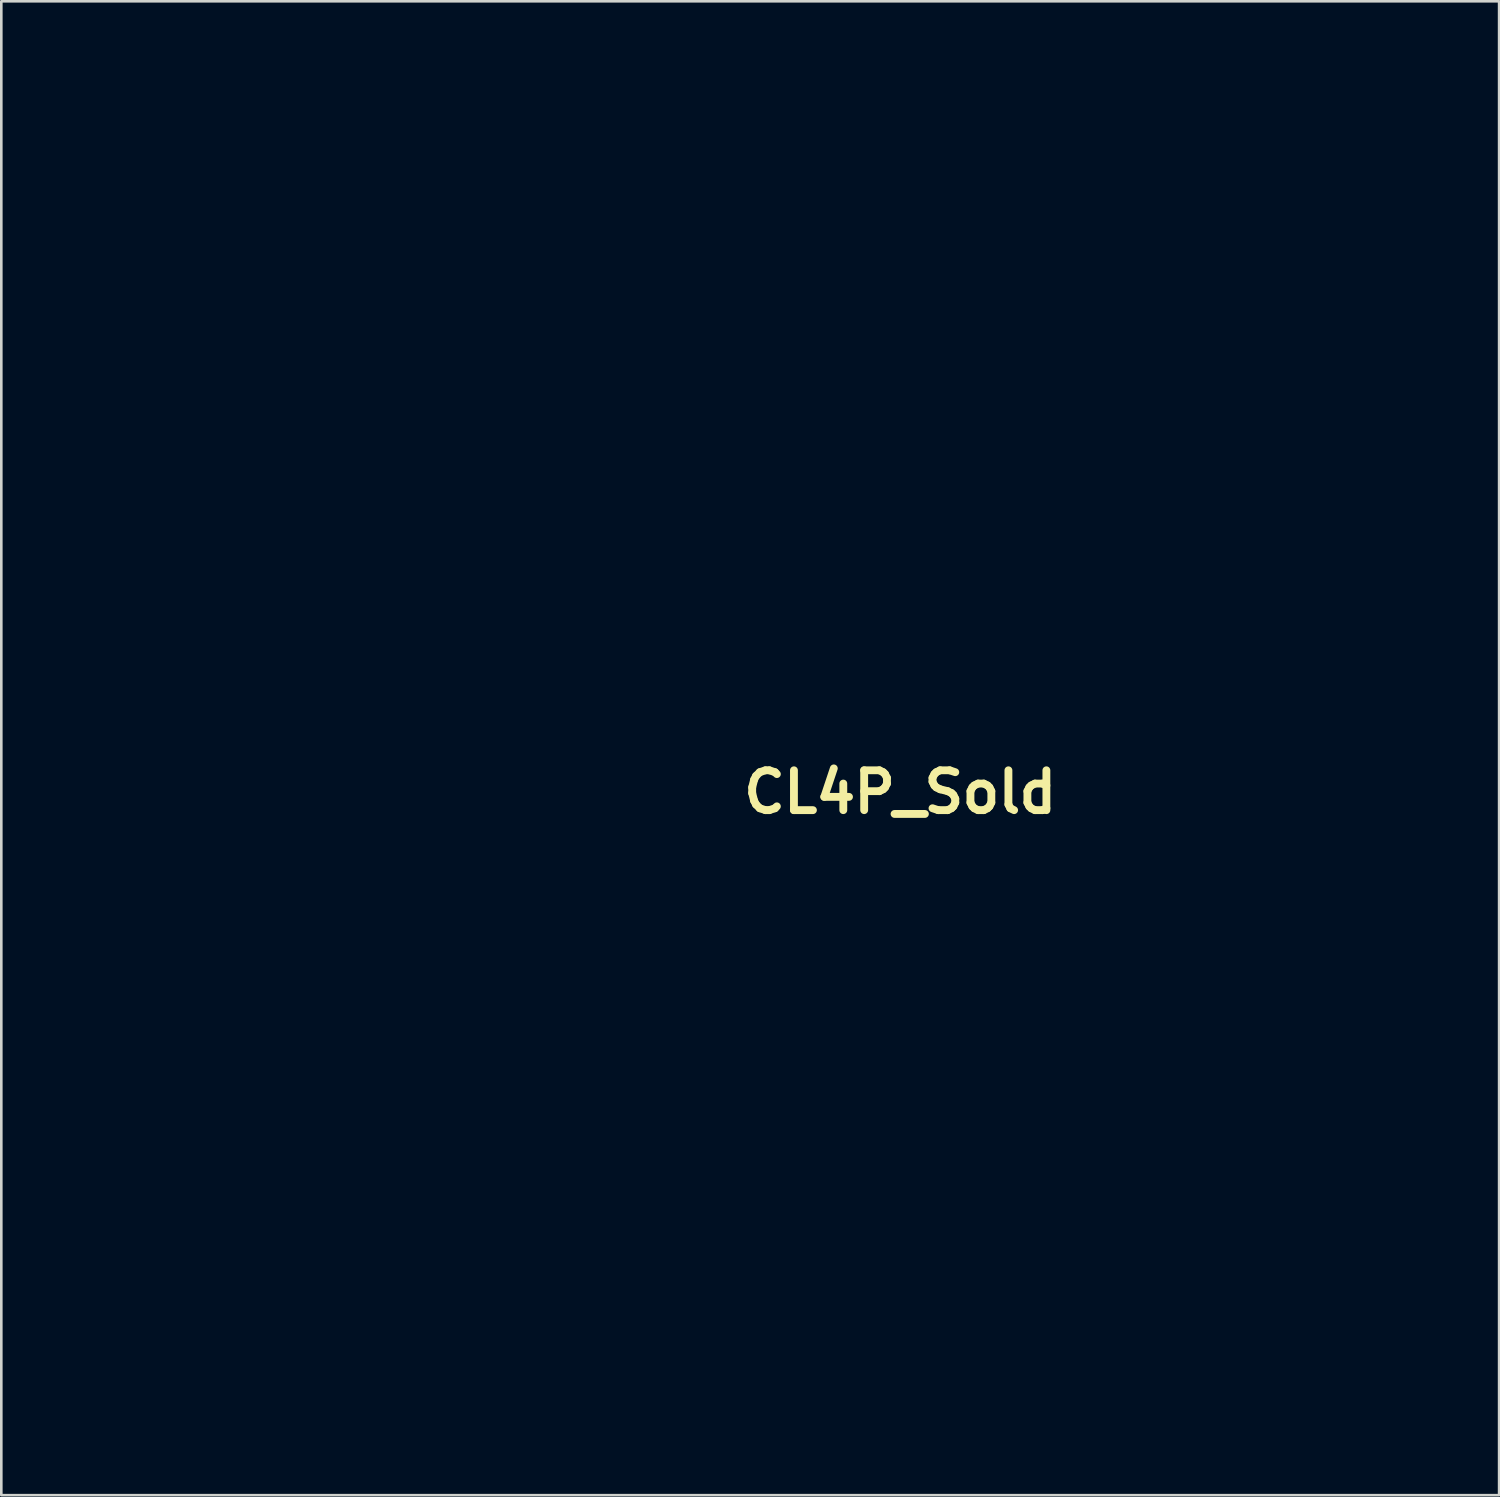
<source format=kicad_pcb>
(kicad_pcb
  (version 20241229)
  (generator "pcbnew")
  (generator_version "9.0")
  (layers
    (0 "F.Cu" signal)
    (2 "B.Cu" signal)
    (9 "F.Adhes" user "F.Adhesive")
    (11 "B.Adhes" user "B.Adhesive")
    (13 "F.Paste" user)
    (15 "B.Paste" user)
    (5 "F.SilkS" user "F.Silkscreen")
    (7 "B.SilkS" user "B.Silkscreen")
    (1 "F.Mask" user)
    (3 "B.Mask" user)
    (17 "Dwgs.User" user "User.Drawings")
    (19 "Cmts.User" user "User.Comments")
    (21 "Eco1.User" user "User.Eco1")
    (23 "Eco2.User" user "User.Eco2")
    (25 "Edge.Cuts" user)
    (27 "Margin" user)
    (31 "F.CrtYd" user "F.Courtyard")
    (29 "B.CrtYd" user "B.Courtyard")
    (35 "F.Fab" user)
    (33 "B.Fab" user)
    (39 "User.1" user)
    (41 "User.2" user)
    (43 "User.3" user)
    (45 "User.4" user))
  (footprint "CL4P_Sold"
    (layer "F.Cu")
    (at 31.371 27.237)
    (property "Reference" "CL4P_Sold" (at 0 0 0) (layer "F.SilkS") (effects (font (size 1.524 1.524) (thickness 0.3))))
    (attr through_hole)
    (fp_poly (pts (xy -13.464 14.722) (xy -13.496 14.803) (xy -13.621 14.874) (xy -13.836 14.992) (xy -13.943 15.085) (xy -14.005 15.097) (xy -14.019 15.008) (xy -13.936 14.836) (xy -13.792 14.741) (xy -13.575 14.692) (xy -13.464 14.722)) (stroke (width 0.01) (type solid)) (fill yes) (layer "F.Mask"))
    (fp_poly (pts (xy -10.92 15.108) (xy -11.008 15.476) (xy -11.126 15.694) (xy -11.253 15.749) (xy -11.367 15.628) (xy -11.435 15.403) (xy -11.476 15.024) (xy -11.418 14.795) (xy -11.245 14.681) (xy -11.138 14.659) (xy -10.847 14.62) (xy -10.92 15.108)) (stroke (width 0.01) (type solid)) (fill yes) (layer "F.Mask"))
    (fp_poly (pts (xy -7.125 23.074) (xy -6.965 23.126) (xy -6.888 23.247) (xy -6.865 23.327) (xy -6.858 23.615) (xy -7.016 23.794) (xy -7.346 23.872) (xy -7.48 23.876) (xy -7.925 23.876) (xy -7.925 23.063) (xy -7.428 23.063) (xy -7.125 23.074)) (stroke (width 0.01) (type solid)) (fill yes) (layer "F.Mask"))
    (fp_poly (pts (xy -9.955 14.548) (xy -9.413 14.58) (xy -9.988 14.961) (xy -10.284 15.152) (xy -10.51 15.289) (xy -10.615 15.342) (xy -10.616 15.342) (xy -10.653 15.254) (xy -10.666 15.062) (xy -10.635 14.771) (xy -10.517 14.608) (xy -10.274 14.545) (xy -9.955 14.548)) (stroke (width 0.01) (type solid)) (fill yes) (layer "F.Mask"))
    (fp_poly (pts (xy -12.361 14.619) (xy -12.243 14.633) (xy -12.058 14.652) (xy -11.964 14.651) (xy -11.801 14.734) (xy -11.708 14.981) (xy -11.696 15.36) (xy -11.702 15.434) (xy -11.735 15.758) (xy -12.29 15.194) (xy -12.563 14.912) (xy -12.706 14.743) (xy -12.735 14.657) (xy -12.665 14.624) (xy -12.595 14.618) (xy -12.361 14.619)) (stroke (width 0.01) (type solid)) (fill yes) (layer "F.Mask"))
    (fp_poly (pts (xy -12.956 15.042) (xy -12.613 15.292) (xy -12.332 15.549) (xy -12.055 15.832) (xy -11.87 16.055) (xy -11.803 16.186) (xy -11.815 16.207) (xy -12.083 16.29) (xy -12.445 16.39) (xy -12.842 16.492) (xy -13.215 16.581) (xy -13.504 16.643) (xy -13.641 16.662) (xy -13.819 16.601) (xy -13.869 16.535) (xy -13.9 16.365) (xy -13.93 16.074) (xy -13.942 15.9) (xy -13.942 15.566) (xy -13.881 15.35) (xy -13.734 15.171) (xy -13.727 15.164) (xy -13.48 14.987) (xy -13.234 14.943) (xy -12.956 15.042)) (stroke (width 0.01) (type solid)) (fill yes) (layer "F.Mask"))
    (fp_poly (pts (xy -11.425 17.028) (xy -11.513 17.552) (xy -11.644 17.897) (xy -11.847 18.087) (xy -12.15 18.145) (xy -12.582 18.096) (xy -12.688 18.075) (xy -12.95 17.988) (xy -13.123 17.875) (xy -13.129 17.866) (xy -13.194 17.797) (xy -13.17 17.907) (xy -13.17 17.907) (xy -13.166 18.054) (xy -13.211 18.085) (xy -13.349 18.017) (xy -13.533 17.86) (xy -13.684 17.689) (xy -13.729 17.602) (xy -13.765 17.352) (xy -13.749 17.184) (xy -13.646 17.065) (xy -13.423 16.962) (xy -13.047 16.84) (xy -12.938 16.807) (xy -12.5 16.679) (xy -12.088 16.57) (xy -11.778 16.498) (xy -11.719 16.488) (xy -11.352 16.428) (xy -11.425 17.028)) (stroke (width 0.01) (type solid)) (fill yes) (layer "F.Mask"))
    (fp_poly (pts (xy -10.927 16.798) (xy -10.71 16.964) (xy -10.428 17.193) (xy -10.12 17.454) (xy -9.823 17.713) (xy -9.577 17.938) (xy -9.418 18.095) (xy -9.381 18.152) (xy -9.5 18.178) (xy -9.764 18.2) (xy -10.114 18.216) (xy -10.49 18.224) (xy -10.834 18.222) (xy -11.088 18.209) (xy -11.104 18.207) (xy -11.302 18.157) (xy -11.341 18.043) (xy -11.319 17.954) (xy -11.266 17.725) (xy -11.21 17.394) (xy -11.188 17.225) (xy -11.151 17.018) (xy -11.074 17.018) (xy -11.024 17.069) (xy -10.973 17.018) (xy -11.024 16.967) (xy -11.074 17.018) (xy -11.151 17.018) (xy -11.137 16.938) (xy -11.077 16.76) (xy -11.041 16.729) (xy -10.927 16.798)) (stroke (width 0.01) (type solid)) (fill yes) (layer "F.Mask"))
    (fp_poly (pts (xy -10.222 16.598) (xy -10.031 16.653) (xy -9.763 16.733) (xy -9.435 16.802) (xy -9.402 16.807) (xy -9.004 16.883) (xy -8.509 16.996) (xy -7.95 17.137) (xy -7.359 17.296) (xy -6.769 17.464) (xy -6.213 17.631) (xy -5.723 17.788) (xy -5.332 17.925) (xy -5.073 18.032) (xy -4.978 18.1) (xy -4.978 18.101) (xy -5.07 18.145) (xy -5.302 18.175) (xy -5.461 18.182) (xy -5.771 18.187) (xy -6.214 18.197) (xy -6.721 18.209) (xy -7.04 18.217) (xy -7.487 18.227) (xy -7.85 18.232) (xy -8.087 18.231) (xy -8.158 18.226) (xy -8.261 18.198) (xy -8.487 18.157) (xy -8.521 18.152) (xy -8.754 18.07) (xy -9.052 17.905) (xy -9.371 17.692) (xy -9.663 17.463) (xy -9.881 17.255) (xy -9.979 17.101) (xy -9.98 17.075) (xy -10.01 16.998) (xy -10.049 17.012) (xy -10.18 16.99) (xy -10.382 16.861) (xy -10.432 16.819) (xy -10.547 16.713) (xy -10.363 16.713) (xy -10.312 16.764) (xy -10.262 16.713) (xy -10.312 16.662) (xy -10.363 16.713) (xy -10.547 16.713) (xy -10.61 16.655) (xy -10.642 16.584) (xy -10.539 16.565) (xy -10.497 16.564) (xy -10.222 16.598)) (stroke (width 0.01) (type solid)) (fill yes) (layer "F.Mask"))
    (fp_poly (pts (xy 2.438 -26.845) (xy 2.412 -26.522) (xy 2.343 -26.119) (xy 2.289 -25.886) (xy 2.196 -25.502) (xy 2.12 -25.141) (xy 2.092 -24.976) (xy 2.016 -24.454) (xy 1.96 -24.102) (xy 1.917 -23.888) (xy 1.882 -23.78) (xy 1.876 -23.769) (xy 1.84 -23.632) (xy 1.799 -23.358) (xy 1.769 -23.097) (xy 1.714 -22.653) (xy 1.622 -22.06) (xy 1.504 -21.368) (xy 1.368 -20.627) (xy 1.225 -19.887) (xy 1.083 -19.197) (xy 0.951 -18.608) (xy 0.846 -18.186) (xy 0.761 -17.846) (xy 0.706 -17.566) (xy 0.695 -17.45) (xy 0.631 -17.3) (xy 0.556 -17.272) (xy 0.453 -17.204) (xy 0.457 -17.145) (xy 0.5 -16.944) (xy 0.533 -16.661) (xy 0.553 -16.355) (xy 0.556 -16.089) (xy 0.54 -15.921) (xy 0.516 -15.895) (xy 0.449 -15.841) (xy 0.385 -15.641) (xy 0.369 -15.556) (xy 0.273 -15.198) (xy 0.133 -15.027) (xy -0.045 -15.05) (xy -0.162 -15.155) (xy -0.29 -15.308) (xy -0.275 -15.348) (xy -0.127 -15.316) (xy 0.048 -15.296) (xy 0.099 -15.326) (xy 0.011 -15.423) (xy -0.197 -15.539) (xy -0.447 -15.64) (xy -0.663 -15.694) (xy -0.745 -15.69) (xy -0.914 -15.715) (xy -1.012 -15.794) (xy -1.091 -15.918) (xy -1.017 -15.952) (xy -1.003 -15.953) (xy -0.922 -15.977) (xy -0.986 -16.032) (xy -1.036 -16.115) (xy -1.052 -16.297) (xy -1.033 -16.611) (xy -0.979 -17.086) (xy -0.96 -17.224) (xy -0.913 -17.578) (xy -0.843 -18.102) (xy -0.754 -18.769) (xy -0.649 -19.547) (xy -0.533 -20.408) (xy -0.41 -21.322) (xy -0.284 -22.258) (xy -0.266 -22.392) (xy 0.281 -26.445) (xy 0.086 -26.775) (xy -0.109 -27.106) (xy 0.58 -27.16) (xy 1.053 -27.191) (xy 1.55 -27.214) (xy 1.854 -27.223) (xy 2.438 -27.232) (xy 2.438 -26.845)) (stroke (width 0.01) (type solid)) (fill yes) (layer "F.Mask"))
    (fp_poly (pts (xy -1.818 5.238) (xy -1.571 5.247) (xy -1.509 5.258) (xy -1.435 5.387) (xy -1.304 5.672) (xy -1.125 6.085) (xy -0.912 6.599) (xy -0.674 7.183) (xy -0.423 7.809) (xy -0.171 8.45) (xy 0.072 9.076) (xy 0.294 9.659) (xy 0.485 10.171) (xy 0.632 10.582) (xy 0.724 10.865) (xy 0.751 10.99) (xy 0.75 10.992) (xy 0.742 11.058) (xy 0.797 11.033) (xy 0.902 11.004) (xy 0.888 11.09) (xy 0.785 11.218) (xy 0.652 11.275) (xy 0.371 11.317) (xy -0.074 11.346) (xy -0.701 11.363) (xy -0.892 11.365) (xy -2.438 11.382) (xy -2.438 11.127) (xy -2.429 10.998) (xy -2.373 10.921) (xy -2.229 10.882) (xy -1.953 10.866) (xy -1.651 10.86) (xy -1.23 10.858) (xy -0.855 10.86) (xy -0.601 10.867) (xy -0.584 10.868) (xy -0.379 10.841) (xy -0.309 10.71) (xy -0.37 10.456) (xy -0.496 10.181) (xy -0.631 9.892) (xy -0.802 9.499) (xy -0.968 9.093) (xy -1.142 8.675) (xy -1.357 8.179) (xy -0.914 8.179) (xy -0.864 8.23) (xy -0.813 8.179) (xy -0.864 8.128) (xy -0.914 8.179) (xy -1.357 8.179) (xy -1.375 8.137) (xy -1.538 7.772) (xy -1.016 7.772) (xy -0.965 7.823) (xy -0.914 7.772) (xy -0.965 7.722) (xy -1.016 7.772) (xy -1.538 7.772) (xy -1.639 7.545) (xy -1.906 6.961) (xy -2.147 6.45) (xy -2.265 6.21) (xy -2.322 6.108) (xy -2.397 6.042) (xy -2.528 6.006) (xy -2.752 5.996) (xy -3.106 6.006) (xy -3.606 6.031) (xy -4.058 6.051) (xy -4.668 6.074) (xy -5.39 6.098) (xy -6.177 6.122) (xy -6.983 6.144) (xy -7.468 6.156) (xy -8.197 6.174) (xy -8.872 6.193) (xy -9.464 6.211) (xy -9.94 6.228) (xy -10.271 6.242) (xy -10.414 6.252) (xy -10.642 6.266) (xy -11.015 6.279) (xy -11.474 6.289) (xy -11.811 6.292) (xy -12.903 6.299) (xy -12.907 6.579) (xy -12.94 6.762) (xy -13.031 7.101) (xy -13.168 7.558) (xy -13.341 8.098) (xy -13.522 8.636) (xy -13.72 9.225) (xy -13.898 9.769) (xy -14.041 10.231) (xy -14.14 10.573) (xy -14.181 10.746) (xy -14.229 11.079) (xy -12.474 11.032) (xy -10.902 10.991) (xy -9.448 10.958) (xy -8.122 10.931) (xy -6.933 10.911) (xy -5.889 10.898) (xy -4.999 10.891) (xy -4.274 10.892) (xy -3.72 10.9) (xy -3.348 10.916) (xy -3.167 10.938) (xy -3.15 10.95) (xy -3.115 11.135) (xy -3.088 11.218) (xy -3.073 11.247) (xy -3.059 11.271) (xy -3.059 11.293) (xy -3.084 11.311) (xy -3.148 11.326) (xy -3.262 11.338) (xy -3.438 11.348) (xy -3.69 11.354) (xy -4.028 11.358) (xy -4.466 11.36) (xy -5.016 11.359) (xy -5.69 11.355) (xy -6.5 11.35) (xy -7.459 11.343) (xy -8.578 11.333) (xy -9.871 11.322) (xy -11.35 11.309) (xy -12.067 11.303) (xy -15.345 11.275) (xy -15.277 10.997) (xy -15.226 10.804) (xy -15.131 10.462) (xy -15.001 10.003) (xy -14.844 9.455) (xy -14.67 8.849) (xy -14.487 8.217) (xy -14.304 7.587) (xy -14.13 6.99) (xy -13.974 6.458) (xy -13.844 6.019) (xy -13.749 5.705) (xy -13.698 5.545) (xy -13.692 5.531) (xy -13.576 5.512) (xy -13.279 5.491) (xy -12.822 5.468) (xy -12.227 5.443) (xy -11.516 5.419) (xy -10.71 5.393) (xy -9.832 5.368) (xy -8.902 5.344) (xy -7.943 5.321) (xy -6.977 5.299) (xy -6.024 5.28) (xy -5.108 5.264) (xy -4.248 5.25) (xy -3.468 5.241) (xy -2.788 5.235) (xy -2.231 5.234) (xy -1.818 5.238)) (stroke (width 0.01) (type solid)) (fill yes) (layer "F.Mask"))
    (fp_poly (pts (xy -17.415 -26.591) (xy -17.281 -26.536) (xy -17.304 -26.433) (xy -17.431 -26.309) (xy -17.595 -26.121) (xy -17.732 -25.902) (xy -17.781 -25.783) (xy -17.804 -25.638) (xy -17.798 -25.435) (xy -17.759 -25.141) (xy -17.683 -24.724) (xy -17.569 -24.153) (xy -17.519 -23.913) (xy -17.383 -23.253) (xy -17.219 -22.462) (xy -17.043 -21.607) (xy -16.869 -20.755) (xy -16.717 -20.015) (xy -16.566 -19.28) (xy -16.409 -18.524) (xy -16.258 -17.801) (xy -16.124 -17.164) (xy -16.017 -16.668) (xy -16.009 -16.629) (xy -15.878 -16.002) (xy -15.797 -15.538) (xy -15.764 -15.204) (xy -15.776 -14.968) (xy -15.833 -14.796) (xy -15.892 -14.703) (xy -15.986 -14.604) (xy -16.042 -14.649) (xy -16.093 -14.866) (xy -16.097 -14.883) (xy -16.128 -15.146) (xy -16.116 -15.319) (xy -16.11 -15.332) (xy -16.132 -15.459) (xy -16.214 -15.552) (xy -16.357 -15.633) (xy -16.453 -15.555) (xy -16.456 -15.551) (xy -16.587 -15.47) (xy -16.651 -15.487) (xy -16.753 -15.489) (xy -16.764 -15.449) (xy -16.685 -15.348) (xy -16.643 -15.342) (xy -16.63 -15.279) (xy -16.739 -15.121) (xy -16.813 -15.039) (xy -16.994 -14.827) (xy -17.044 -14.669) (xy -16.989 -14.486) (xy -16.984 -14.475) (xy -16.891 -14.21) (xy -16.912 -14.107) (xy -17.032 -14.177) (xy -17.192 -14.368) (xy -17.293 -14.573) (xy -17.416 -14.916) (xy -17.539 -15.335) (xy -17.582 -15.507) (xy -17.607 -15.608) (xy -17.345 -15.608) (xy -17.34 -15.54) (xy -17.318 -15.443) (xy -17.267 -15.199) (xy -17.248 -15.062) (xy -17.214 -14.949) (xy -17.117 -14.984) (xy -16.985 -15.107) (xy -16.872 -15.23) (xy -16.907 -15.242) (xy -16.994 -15.212) (xy -17.124 -15.198) (xy -17.142 -15.33) (xy -17.136 -15.37) (xy -17.124 -15.487) (xy -17.148 -15.443) (xy -17.202 -15.362) (xy -17.274 -15.463) (xy -17.288 -15.494) (xy -17.345 -15.608) (xy -17.607 -15.608) (xy -17.629 -15.697) (xy -16.967 -15.697) (xy -16.916 -15.646) (xy -16.866 -15.697) (xy -16.916 -15.748) (xy -16.967 -15.697) (xy -17.629 -15.697) (xy -17.659 -15.816) (xy -17.543 -15.816) (xy -17.529 -15.755) (xy -17.475 -15.748) (xy -17.392 -15.785) (xy -17.407 -15.816) (xy -17.455 -15.82) (xy -16.748 -15.82) (xy -16.723 -15.764) (xy -16.621 -15.655) (xy -16.562 -15.677) (xy -16.561 -15.691) (xy -16.633 -15.777) (xy -16.678 -15.809) (xy -16.748 -15.82) (xy -17.455 -15.82) (xy -17.528 -15.828) (xy -17.543 -15.816) (xy -17.659 -15.816) (xy -17.68 -15.9) (xy -16.154 -15.9) (xy -16.104 -15.85) (xy -16.053 -15.9) (xy -16.104 -15.951) (xy -16.154 -15.9) (xy -17.68 -15.9) (xy -17.777 -16.293) (xy -17.956 -16.965) (xy -18.143 -17.609) (xy -18.287 -18.076) (xy -18.392 -18.44) (xy -18.466 -18.747) (xy -18.491 -18.919) (xy -18.536 -19.149) (xy -18.63 -19.385) (xy -18.739 -19.652) (xy -18.873 -20.05) (xy -19.016 -20.53) (xy -19.156 -21.041) (xy -19.278 -21.532) (xy -19.371 -21.952) (xy -19.419 -22.252) (xy -19.422 -22.331) (xy -19.437 -22.54) (xy -19.488 -22.616) (xy -19.498 -22.612) (xy -19.556 -22.683) (xy -19.65 -22.915) (xy -19.769 -23.273) (xy -19.898 -23.721) (xy -19.906 -23.751) (xy -20.04 -24.239) (xy -20.161 -24.677) (xy -20.256 -25.014) (xy -20.311 -25.197) (xy -20.359 -25.498) (xy -20.336 -25.813) (xy -20.255 -26.068) (xy -20.146 -26.184) (xy -20.061 -26.253) (xy -19.818 -26.253) (xy -19.678 -26.237) (xy -19.609 -26.236) (xy -19.424 -26.247) (xy -19.41 -26.264) (xy -18.999 -26.264) (xy -18.948 -26.213) (xy -18.898 -26.264) (xy -18.593 -26.264) (xy -18.542 -26.213) (xy -18.491 -26.264) (xy -18.542 -26.314) (xy -18.593 -26.264) (xy -18.898 -26.264) (xy -18.948 -26.314) (xy -18.999 -26.264) (xy -19.41 -26.264) (xy -19.402 -26.273) (xy -19.431 -26.283) (xy -19.689 -26.299) (xy -19.787 -26.283) (xy -19.818 -26.253) (xy -20.061 -26.253) (xy -20.059 -26.255) (xy -20.119 -26.316) (xy -20.115 -26.362) (xy -19.946 -26.41) (xy -19.603 -26.459) (xy -19.076 -26.511) (xy -18.358 -26.568) (xy -18.212 -26.579) (xy -17.721 -26.604) (xy -17.415 -26.591)) (stroke (width 0.01) (type solid)) (fill yes) (layer "F.Mask"))
    (fp_poly (pts (xy 12.973 -2.661) (xy 12.985 -2.565) (xy 13.016 -2.377) (xy 13.113 -2.085) (xy 13.203 -1.87) (xy 13.36 -1.569) (xy 13.539 -1.356) (xy 13.804 -1.171) (xy 14.06 -1.032) (xy 14.366 -0.84) (xy 14.708 -0.576) (xy 15.052 -0.27) (xy 15.366 0.043) (xy 15.618 0.332) (xy 15.774 0.564) (xy 15.802 0.706) (xy 15.8 0.709) (xy 15.815 0.768) (xy 15.895 0.75) (xy 16.021 0.76) (xy 16.053 0.91) (xy 16.088 1.058) (xy 16.149 1.07) (xy 16.26 1.094) (xy 16.361 1.232) (xy 16.405 1.395) (xy 16.379 1.476) (xy 16.378 1.511) (xy 16.426 1.489) (xy 16.556 1.514) (xy 16.721 1.653) (xy 16.862 1.838) (xy 16.92 2.001) (xy 16.91 2.043) (xy 16.937 2.087) (xy 17.024 2.066) (xy 17.143 2.053) (xy 17.137 2.179) (xy 17.127 2.211) (xy 17.122 2.416) (xy 17.182 2.496) (xy 17.255 2.513) (xy 17.223 2.441) (xy 17.205 2.349) (xy 17.283 2.36) (xy 17.39 2.486) (xy 17.394 2.578) (xy 17.429 2.708) (xy 17.496 2.719) (xy 17.608 2.777) (xy 17.629 2.863) (xy 17.68 3.06) (xy 17.721 3.117) (xy 17.765 3.129) (xy 17.739 3.073) (xy 17.706 2.96) (xy 17.777 2.966) (xy 17.903 3.079) (xy 17.938 3.123) (xy 18.124 3.269) (xy 18.253 3.301) (xy 18.382 3.373) (xy 18.561 3.597) (xy 18.801 3.987) (xy 18.984 4.318) (xy 19.214 4.764) (xy 19.433 5.223) (xy 19.627 5.658) (xy 19.779 6.032) (xy 19.873 6.306) (xy 19.894 6.443) (xy 19.888 6.451) (xy 19.66 6.591) (xy 19.407 6.739) (xy 19.193 6.857) (xy 19.084 6.909) (xy 19.082 6.909) (xy 18.99 6.842) (xy 18.82 6.677) (xy 18.774 6.629) (xy 18.608 6.443) (xy 18.362 6.152) (xy 18.061 5.788) (xy 17.729 5.381) (xy 17.391 4.963) (xy 17.071 4.563) (xy 16.796 4.213) (xy 16.588 3.944) (xy 16.474 3.785) (xy 16.459 3.757) (xy 16.548 3.646) (xy 16.765 3.532) (xy 17.039 3.442) (xy 17.298 3.406) (xy 17.342 3.407) (xy 17.556 3.413) (xy 17.607 3.36) (xy 17.547 3.241) (xy 17.421 3.088) (xy 17.349 3.048) (xy 17.281 2.965) (xy 17.272 2.896) (xy 17.246 2.76) (xy 17.225 2.743) (xy 17.06 2.8) (xy 16.778 2.949) (xy 16.424 3.164) (xy 16.042 3.414) (xy 15.676 3.672) (xy 15.373 3.909) (xy 15.282 3.988) (xy 15.012 4.227) (xy 14.805 4.395) (xy 14.702 4.46) (xy 14.697 4.458) (xy 14.568 4.284) (xy 14.375 4.032) (xy 14.164 3.76) (xy 13.982 3.529) (xy 13.874 3.397) (xy 13.87 3.393) (xy 13.766 3.267) (xy 13.572 3.022) (xy 13.319 2.697) (xy 13.157 2.488) (xy 13.142 2.468) (xy 16.577 2.468) (xy 16.602 2.524) (xy 16.704 2.633) (xy 16.763 2.611) (xy 16.764 2.597) (xy 16.692 2.511) (xy 16.661 2.489) (xy 16.866 2.489) (xy 16.916 2.54) (xy 16.967 2.489) (xy 16.916 2.438) (xy 16.866 2.489) (xy 16.661 2.489) (xy 16.647 2.479) (xy 16.577 2.468) (xy 13.142 2.468) (xy 13 2.286) (xy 16.662 2.286) (xy 16.713 2.337) (xy 16.764 2.286) (xy 16.713 2.235) (xy 16.662 2.286) (xy 13 2.286) (xy 12.837 2.076) (xy 12.762 1.981) (xy 16.154 1.981) (xy 16.205 2.032) (xy 16.256 1.981) (xy 16.205 1.93) (xy 16.154 1.981) (xy 12.762 1.981) (xy 12.56 1.727) (xy 16.561 1.727) (xy 16.598 1.811) (xy 16.629 1.795) (xy 16.641 1.674) (xy 16.629 1.659) (xy 16.568 1.673) (xy 16.561 1.727) (xy 12.56 1.727) (xy 12.508 1.662) (xy 12.437 1.575) (xy 15.85 1.575) (xy 15.9 1.626) (xy 15.951 1.575) (xy 15.9 1.524) (xy 15.85 1.575) (xy 12.437 1.575) (xy 12.225 1.314) (xy 12.189 1.27) (xy 15.545 1.27) (xy 15.596 1.321) (xy 15.646 1.27) (xy 15.596 1.219) (xy 15.545 1.27) (xy 12.189 1.27) (xy 12.141 1.213) (xy 11.738 0.732) (xy 11.515 0.457) (xy 15.342 0.457) (xy 15.392 0.508) (xy 15.443 0.457) (xy 15.392 0.406) (xy 15.342 0.457) (xy 11.515 0.457) (xy 11.454 0.382) (xy 11.274 0.141) (xy 11.182 -0.012) (xy 11.163 -0.099) (xy 11.202 -0.141) (xy 11.251 -0.182) (xy 11.176 -0.182) (xy 10.979 -0.216) (xy 10.72 -0.32) (xy 10.47 -0.459) (xy 10.298 -0.595) (xy 10.262 -0.664) (xy 10.341 -0.82) (xy 10.554 -1.061) (xy 10.868 -1.357) (xy 11.247 -1.681) (xy 11.655 -2.005) (xy 12.058 -2.301) (xy 12.42 -2.541) (xy 12.708 -2.697) (xy 12.867 -2.743) (xy 12.973 -2.661)) (stroke (width 0.01) (type solid)) (fill yes) (layer "F.Mask"))
    (fp_poly (pts (xy -2.626 14.488) (xy -2.473 14.524) (xy -2.176 14.553) (xy -1.795 14.569) (xy -1.727 14.57) (xy -1.175 14.613) (xy -0.783 14.745) (xy -0.52 14.995) (xy -0.355 15.39) (xy -0.264 15.902) (xy -0.231 16.19) (xy -0.231 16.294) (xy -0.27 16.233) (xy -0.33 16.083) (xy -0.472 15.766) (xy -0.567 15.643) (xy -0.608 15.712) (xy -0.585 15.973) (xy -0.557 16.127) (xy -0.505 16.47) (xy -0.493 16.747) (xy -0.514 16.866) (xy -0.598 17.051) (xy -0.718 17.333) (xy -0.762 17.44) (xy -0.909 17.724) (xy -1.097 17.884) (xy -1.368 17.982) (xy -1.696 18.054) (xy -1.982 18.084) (xy -2.043 18.083) (xy -2.251 18.074) (xy -2.337 18.08) (xy -2.456 18.092) (xy -2.723 18.107) (xy -3.079 18.12) (xy -3.096 18.121) (xy -3.515 18.117) (xy -3.901 18.065) (xy -4.335 17.952) (xy -4.722 17.824) (xy -5.224 17.655) (xy -5.829 17.461) (xy -6.445 17.27) (xy -6.785 17.168) (xy -7.292 17.009) (xy -7.634 16.882) (xy -7.799 16.789) (xy -7.801 16.748) (xy -7.731 16.678) (xy -7.792 16.664) (xy -7.952 16.738) (xy -7.985 16.779) (xy -8.083 16.819) (xy -8.194 16.709) (xy -8.298 16.606) (xy -8.331 16.632) (xy -8.41 16.693) (xy -8.655 16.665) (xy -8.712 16.652) (xy -8.962 16.595) (xy -6.164 16.595) (xy -6.15 16.655) (xy -6.096 16.662) (xy -6.012 16.625) (xy -6.028 16.595) (xy -6.149 16.583) (xy -6.164 16.595) (xy -8.962 16.595) (xy -9.005 16.585) (xy -9.114 16.561) (xy -5.588 16.561) (xy -5.551 16.644) (xy -5.52 16.629) (xy -5.52 16.624) (xy -5.231 16.624) (xy -5.131 16.67) (xy -4.908 16.745) (xy -4.8 16.727) (xy -4.746 16.631) (xy -4.764 16.543) (xy -4.939 16.535) (xy -5.014 16.544) (xy -5.214 16.583) (xy -5.231 16.624) (xy -5.52 16.624) (xy -5.508 16.508) (xy -5.52 16.493) (xy -4.335 16.493) (xy -4.321 16.553) (xy -4.267 16.561) (xy -4.184 16.524) (xy -4.199 16.493) (xy -4.32 16.481) (xy -4.335 16.493) (xy -5.52 16.493) (xy -5.581 16.507) (xy -5.588 16.561) (xy -9.114 16.561) (xy -9.41 16.495) (xy -9.842 16.402) (xy -9.855 16.399) (xy -10.186 16.318) (xy -3.826 16.318) (xy -3.81 16.358) (xy -3.719 16.455) (xy -3.702 16.459) (xy -3.659 16.381) (xy -3.658 16.358) (xy -3.736 16.26) (xy -3.765 16.256) (xy -3.826 16.318) (xy -10.186 16.318) (xy -10.34 16.28) (xy -10.46 16.232) (xy -9.405 16.232) (xy -9.305 16.248) (xy -9.173 16.229) (xy -9.172 16.195) (xy -9.207 16.188) (xy -5.656 16.188) (xy -5.642 16.249) (xy -5.588 16.256) (xy -5.504 16.219) (xy -5.52 16.188) (xy -5.249 16.188) (xy -5.235 16.249) (xy -5.182 16.256) (xy -5.098 16.219) (xy -5.114 16.188) (xy -5.234 16.176) (xy -5.249 16.188) (xy -5.52 16.188) (xy -5.641 16.176) (xy -5.656 16.188) (xy -9.207 16.188) (xy -9.307 16.17) (xy -9.366 16.187) (xy -9.405 16.232) (xy -10.46 16.232) (xy -10.642 16.157) (xy -10.73 16.053) (xy -8.941 16.053) (xy -8.906 16.152) (xy -8.896 16.154) (xy -8.813 16.087) (xy -8.602 16.087) (xy -8.588 16.147) (xy -8.534 16.154) (xy -8.451 16.117) (xy -8.467 16.087) (xy -8.587 16.075) (xy -8.602 16.087) (xy -8.813 16.087) (xy -8.809 16.083) (xy -8.795 16.063) (xy -4.746 16.063) (xy -4.725 16.165) (xy -4.718 16.184) (xy -4.637 16.309) (xy -4.592 16.309) (xy -4.603 16.202) (xy -4.661 16.127) (xy -4.746 16.063) (xy -8.795 16.063) (xy -8.788 16.053) (xy -8.796 15.959) (xy -8.833 15.951) (xy -8.937 16.025) (xy -8.941 16.053) (xy -10.73 16.053) (xy -10.762 16.014) (xy -10.718 15.883) (xy -10.228 15.883) (xy -10.214 15.944) (xy -10.16 15.951) (xy -10.076 15.914) (xy -10.092 15.883) (xy -10.213 15.871) (xy -10.228 15.883) (xy -10.718 15.883) (xy -10.7 15.832) (xy -10.457 15.596) (xy -10.036 15.291) (xy -0.813 15.291) (xy -0.762 15.342) (xy -0.711 15.291) (xy -0.762 15.24) (xy -0.813 15.291) (xy -10.036 15.291) (xy -10.033 15.289) (xy -9.881 15.187) (xy -9.473 14.922) (xy -9.173 14.749) (xy -8.917 14.644) (xy -8.645 14.584) (xy -8.296 14.547) (xy -8.128 14.534) (xy -7.757 14.514) (xy -7.271 14.499) (xy -6.705 14.489) (xy -6.095 14.484) (xy -5.476 14.484) (xy -4.884 14.488) (xy -4.354 14.497) (xy -3.922 14.511) (xy -3.624 14.529) (xy -3.497 14.55) (xy -3.319 14.598) (xy -3.079 14.609) (xy -2.861 14.584) (xy -2.746 14.529) (xy -2.743 14.516) (xy -2.679 14.466) (xy -2.626 14.488)) (stroke (width 0.01) (type solid)) (fill yes) (layer "F.Mask"))
    (fp_poly (pts (xy -3.445 -9.045) (xy -3.21 -8.877) (xy -2.979 -8.647) (xy -2.854 -8.431) (xy -2.845 -8.375) (xy -2.859 -8.207) (xy -2.9 -7.877) (xy -2.961 -7.422) (xy -3.038 -6.88) (xy -3.103 -6.444) (xy -3.211 -5.704) (xy -3.327 -4.869) (xy -3.44 -4.031) (xy -3.537 -3.279) (xy -3.56 -3.099) (xy -3.641 -2.455) (xy -3.728 -1.798) (xy -3.813 -1.19) (xy -3.885 -0.697) (xy -3.907 -0.559) (xy -3.983 -0.078) (xy -4.054 0.391) (xy -4.108 0.767) (xy -4.118 0.848) (xy -4.167 1.142) (xy -4.232 1.278) (xy -4.339 1.298) (xy -4.378 1.289) (xy -4.581 1.283) (xy -4.9 1.321) (xy -5.157 1.372) (xy -5.502 1.426) (xy -6.005 1.469) (xy -6.62 1.5) (xy -7.302 1.514) (xy -7.369 1.515) (xy -7.967 1.521) (xy -8.531 1.533) (xy -9.014 1.55) (xy -9.366 1.569) (xy -9.477 1.579) (xy -9.778 1.595) (xy -9.94 1.563) (xy -9.957 1.535) (xy -10.041 1.448) (xy -10.135 1.431) (xy -10.35 1.42) (xy -10.654 1.4) (xy -10.716 1.395) (xy -10.907 1.375) (xy -11.043 1.325) (xy -11.148 1.212) (xy -11.246 1) (xy -11.258 0.965) (xy -4.47 0.965) (xy -4.42 1.016) (xy -4.369 0.965) (xy -4.42 0.914) (xy -4.47 0.965) (xy -11.258 0.965) (xy -11.362 0.653) (xy -11.469 0.305) (xy -11.577 -0.051) (xy -11.546 0.284) (xy -11.543 0.524) (xy -11.579 0.658) (xy -11.584 0.661) (xy -11.628 0.584) (xy -11.702 0.342) (xy -11.796 -0.03) (xy -11.901 -0.497) (xy -11.908 -0.527) (xy -11.72 -0.527) (xy -11.703 -0.346) (xy -11.702 -0.338) (xy -11.655 -0.167) (xy -11.617 -0.187) (xy -11.603 -0.239) (xy -11.616 -0.447) (xy -11.662 -0.526) (xy -11.72 -0.527) (xy -11.908 -0.527) (xy -11.931 -0.639) (xy -11.967 -0.813) (xy -11.786 -0.813) (xy -11.748 -0.729) (xy -11.718 -0.745) (xy -11.706 -0.866) (xy -11.718 -0.881) (xy -11.778 -0.867) (xy -11.786 -0.813) (xy -11.967 -0.813) (xy -12.042 -1.17) (xy -12.073 -1.321) (xy -11.887 -1.321) (xy -11.85 -1.237) (xy -11.819 -1.253) (xy -11.807 -1.374) (xy -11.819 -1.389) (xy -11.88 -1.375) (xy -11.887 -1.321) (xy -12.073 -1.321) (xy -12.145 -1.66) (xy -12.159 -1.727) (xy -11.989 -1.727) (xy -11.952 -1.644) (xy -11.921 -1.659) (xy -11.909 -1.78) (xy -11.921 -1.795) (xy -11.981 -1.781) (xy -11.989 -1.727) (xy -12.159 -1.727) (xy -12.225 -2.032) (xy -12.09 -2.032) (xy -12.053 -1.948) (xy -12.023 -1.964) (xy -12.011 -2.085) (xy -12.023 -2.1) (xy -12.083 -2.086) (xy -12.09 -2.032) (xy -12.225 -2.032) (xy -12.23 -2.058) (xy -12.287 -2.315) (xy -12.292 -2.337) (xy -12.373 -2.692) (xy -12.192 -2.692) (xy -12.141 -2.642) (xy -12.09 -2.692) (xy -12.141 -2.743) (xy -12.192 -2.692) (xy -12.373 -2.692) (xy -12.416 -2.883) (xy -12.491 -3.258) (xy -12.52 -3.489) (xy -12.506 -3.602) (xy -12.451 -3.622) (xy -12.434 -3.616) (xy -12.312 -3.643) (xy -12.294 -3.712) (xy -12.375 -3.844) (xy -12.444 -3.861) (xy -12.581 -3.95) (xy -12.667 -4.173) (xy -12.685 -4.461) (xy -12.66 -4.617) (xy -12.65 -4.828) (xy -12.704 -4.93) (xy -12.765 -5.068) (xy -12.751 -5.179) (xy -12.195 -5.179) (xy -12.183 -5.162) (xy -12.133 -5.061) (xy -12.035 -4.796) (xy -11.899 -4.396) (xy -11.735 -3.891) (xy -11.551 -3.311) (xy -11.356 -2.687) (xy -11.161 -2.049) (xy -10.974 -1.427) (xy -10.804 -0.85) (xy -10.661 -0.349) (xy -10.555 0.045) (xy -10.494 0.303) (xy -10.489 0.33) (xy -10.442 0.61) (xy -7.716 0.61) (xy -6.95 0.606) (xy -6.274 0.597) (xy -5.71 0.581) (xy -5.283 0.562) (xy -5.016 0.538) (xy -4.932 0.516) (xy -4.904 0.395) (xy -4.851 0.098) (xy -4.778 -0.349) (xy -4.689 -0.922) (xy -4.587 -1.595) (xy -4.477 -2.344) (xy -4.427 -2.69) (xy -3.981 -5.801) (xy -4.826 -6.599) (xy -7.976 -6.603) (xy -8.764 -6.606) (xy -9.494 -6.611) (xy -10.137 -6.62) (xy -10.669 -6.63) (xy -11.062 -6.642) (xy -11.289 -6.656) (xy -11.329 -6.662) (xy -11.445 -6.661) (xy -11.559 -6.571) (xy -11.698 -6.36) (xy -11.889 -5.997) (xy -11.909 -5.956) (xy -12.069 -5.606) (xy -12.169 -5.333) (xy -12.195 -5.179) (xy -12.751 -5.179) (xy -12.75 -5.183) (xy -12.764 -5.38) (xy -12.832 -5.453) (xy -12.948 -5.605) (xy -13.035 -5.857) (xy -13.038 -5.872) (xy -13.063 -6.096) (xy -13.013 -6.149) (xy -12.987 -6.136) (xy -12.914 -6.141) (xy -12.937 -6.309) (xy -12.988 -6.528) (xy -13.003 -6.635) (xy -13.069 -6.672) (xy -13.106 -6.655) (xy -13.2 -6.678) (xy -13.221 -6.75) (xy -13.247 -6.992) (xy -13.289 -7.115) (xy -13.335 -7.171) (xy -13.409 -7.369) (xy -13.365 -7.62) (xy -13.285 -7.746) (xy -12.758 -7.746) (xy -12.658 -7.73) (xy -12.526 -7.748) (xy -12.524 -7.783) (xy -12.66 -7.807) (xy -12.719 -7.791) (xy -12.758 -7.746) (xy -13.285 -7.746) (xy -13.259 -7.787) (xy -13.144 -8) (xy -13.106 -8.224) (xy -13.058 -8.478) (xy -12.961 -8.63) (xy -12.704 -8.737) (xy -12.375 -8.748) (xy -12.084 -8.666) (xy -12.024 -8.626) (xy -11.91 -8.552) (xy -11.924 -8.611) (xy -11.945 -8.72) (xy -11.831 -8.714) (xy -11.684 -8.636) (xy -11.585 -8.557) (xy -11.662 -8.536) (xy -11.681 -8.536) (xy -11.744 -8.501) (xy -11.646 -8.411) (xy -11.42 -8.286) (xy -11.094 -8.144) (xy -10.969 -8.096) (xy -10.625 -7.975) (xy -10.439 -7.932) (xy -10.387 -7.964) (xy -10.414 -8.026) (xy -10.443 -8.123) (xy -10.369 -8.109) (xy -10.248 -8.004) (xy -10.205 -7.951) (xy -10.1 -7.857) (xy -9.925 -7.808) (xy -9.632 -7.795) (xy -9.33 -7.803) (xy -8.816 -7.823) (xy -8.24 -7.844) (xy -7.823 -7.858) (xy -7.382 -7.883) (xy -6.961 -7.924) (xy -6.655 -7.972) (xy -6.128 -8.073) (xy -5.698 -8.12) (xy -5.604 -8.16) (xy -5.616 -8.19) (xy -5.575 -8.269) (xy -5.538 -8.295) (xy -3.83 -8.295) (xy -3.829 -8.188) (xy -3.709 -8.068) (xy -3.545 -7.989) (xy -3.419 -7.997) (xy -3.39 -8.075) (xy -3.459 -8.111) (xy -3.638 -8.221) (xy -3.677 -8.267) (xy -3.791 -8.318) (xy -3.83 -8.295) (xy -5.538 -8.295) (xy -5.392 -8.396) (xy -5.113 -8.547) (xy -4.784 -8.697) (xy -4.452 -8.82) (xy -4.419 -8.83) (xy -4.102 -8.937) (xy -3.835 -9.043) (xy -3.794 -9.061) (xy -3.625 -9.106) (xy -3.445 -9.045)) (stroke (width 0.01) (type solid)) (fill yes) (layer "F.Mask"))
    (fp_poly (pts (xy -25.605 -5.962) (xy -25.341 -5.747) (xy -25.15 -5.535) (xy -25.102 -5.451) (xy -25.059 -5.219) (xy -25.067 -4.946) (xy -25.114 -4.708) (xy -25.192 -4.579) (xy -25.216 -4.572) (xy -25.28 -4.485) (xy -25.291 -4.293) (xy -25.296 -4.027) (xy -25.33 -3.861) (xy -25.369 -3.684) (xy -25.41 -3.375) (xy -25.44 -3.048) (xy -25.475 -2.611) (xy -25.506 -2.342) (xy -25.543 -2.203) (xy -25.595 -2.161) (xy -25.673 -2.178) (xy -25.685 -2.182) (xy -25.781 -2.201) (xy -25.724 -2.106) (xy -25.711 -2.09) (xy -25.646 -1.946) (xy -25.7 -1.757) (xy -25.769 -1.63) (xy -25.911 -1.424) (xy -26.021 -1.323) (xy -26.032 -1.321) (xy -26.088 -1.253) (xy -26.086 -1.243) (xy -26.119 -1.115) (xy -26.237 -0.881) (xy -26.409 -0.586) (xy -26.604 -0.278) (xy -26.794 -0.005) (xy -26.947 0.186) (xy -27.034 0.249) (xy -27.036 0.248) (xy -27.085 0.271) (xy -27.068 0.34) (xy -27.055 0.5) (xy -27.189 0.533) (xy -27.474 0.438) (xy -27.638 0.356) (xy -27.33 0.356) (xy -27.28 0.406) (xy -27.229 0.356) (xy -27.28 0.305) (xy -27.33 0.356) (xy -27.638 0.356) (xy -27.903 0.222) (xy -28.515 -0.127) (xy -28.881 -0.356) (xy -26.924 -0.356) (xy -26.873 -0.305) (xy -26.822 -0.356) (xy -26.873 -0.406) (xy -26.924 -0.356) (xy -28.881 -0.356) (xy -28.955 -0.402) (xy -29.236 -0.612) (xy -29.366 -0.762) (xy -29.261 -0.762) (xy -29.21 -0.711) (xy -29.159 -0.762) (xy -29.21 -0.813) (xy -29.261 -0.762) (xy -29.366 -0.762) (xy -29.371 -0.768) (xy -29.385 -0.808) (xy -29.445 -0.855) (xy -29.571 -0.715) (xy -29.591 -0.685) (xy -29.768 -0.415) (xy -29.311 -0.101) (xy -29.058 0.089) (xy -28.892 0.245) (xy -28.854 0.308) (xy -28.904 0.416) (xy -29.039 0.662) (xy -29.238 1.01) (xy -29.48 1.427) (xy -29.745 1.876) (xy -30.012 2.323) (xy -30.26 2.732) (xy -30.468 3.068) (xy -30.615 3.297) (xy -30.671 3.374) (xy -30.788 3.371) (xy -31.002 3.274) (xy -31.072 3.232) (xy -31.297 3.056) (xy -31.366 2.891) (xy -31.353 2.794) (xy -31.299 2.544) (xy -31.242 2.222) (xy -31.234 2.174) (xy -31.167 1.88) (xy -31.043 1.451) (xy -30.878 0.939) (xy -30.691 0.4) (xy -30.498 -0.115) (xy -30.493 -0.127) (xy -30.404 -0.254) (xy -30.074 -0.254) (xy -30.023 -0.203) (xy -29.972 -0.254) (xy -29.87 -0.254) (xy -29.82 -0.203) (xy -29.769 -0.254) (xy -29.82 -0.305) (xy -29.87 -0.254) (xy -29.972 -0.254) (xy -30.023 -0.305) (xy -30.074 -0.254) (xy -30.404 -0.254) (xy -30.335 -0.352) (xy -30.178 -0.406) (xy -30.01 -0.469) (xy -29.972 -0.559) (xy -29.917 -0.694) (xy -29.87 -0.711) (xy -29.78 -0.793) (xy -29.769 -0.864) (xy -29.725 -0.965) (xy -29.372 -0.965) (xy -29.164 -1.205) (xy -29.017 -1.4) (xy -28.956 -1.535) (xy -28.956 -1.535) (xy -28.971 -1.575) (xy -28.753 -1.575) (xy -28.702 -1.524) (xy -28.651 -1.575) (xy -28.702 -1.626) (xy -28.753 -1.575) (xy -28.971 -1.575) (xy -28.989 -1.624) (xy -29.083 -1.531) (xy -29.212 -1.295) (xy -29.372 -0.965) (xy -29.725 -0.965) (xy -29.711 -0.999) (xy -29.661 -1.016) (xy -29.597 -1.076) (xy -29.61 -1.107) (xy -29.582 -1.214) (xy -29.508 -1.259) (xy -29.403 -1.359) (xy -29.413 -1.422) (xy -29.402 -1.516) (xy -29.362 -1.524) (xy -29.296 -1.586) (xy -29.312 -1.626) (xy -29.304 -1.719) (xy -29.267 -1.727) (xy -29.172 -1.81) (xy -29.169 -1.829) (xy -28.905 -1.829) (xy -28.897 -1.735) (xy -28.86 -1.727) (xy -28.789 -1.778) (xy -28.651 -1.778) (xy -28.6 -1.727) (xy -28.55 -1.778) (xy -28.6 -1.829) (xy -28.651 -1.778) (xy -28.789 -1.778) (xy -28.757 -1.801) (xy -28.753 -1.829) (xy -28.787 -1.928) (xy -28.798 -1.93) (xy -28.884 -1.859) (xy -28.905 -1.829) (xy -29.169 -1.829) (xy -29.159 -1.886) (xy -29.106 -1.989) (xy -29.04 -1.971) (xy -28.963 -1.965) (xy -28.983 -2.058) (xy -28.978 -2.1) (xy -28.719 -2.1) (xy -28.705 -2.039) (xy -28.651 -2.032) (xy -28.568 -2.069) (xy -28.575 -2.083) (xy -28.448 -2.083) (xy -28.397 -2.032) (xy -28.346 -2.083) (xy -28.397 -2.134) (xy -28.448 -2.083) (xy -28.575 -2.083) (xy -28.583 -2.1) (xy -28.704 -2.112) (xy -28.719 -2.1) (xy -28.978 -2.1) (xy -28.969 -2.184) (xy -26.01 -2.184) (xy -25.959 -2.134) (xy -25.908 -2.184) (xy -25.959 -2.235) (xy -26.01 -2.184) (xy -28.969 -2.184) (xy -28.964 -2.225) (xy -28.892 -2.277) (xy -28.874 -2.296) (xy -28.606 -2.296) (xy -28.53 -2.289) (xy -28.497 -2.301) (xy -28.387 -2.378) (xy -28.388 -2.388) (xy -28.245 -2.388) (xy -28.194 -2.337) (xy -28.143 -2.388) (xy -28.194 -2.438) (xy -28.245 -2.388) (xy -28.388 -2.388) (xy -28.392 -2.416) (xy -28.382 -2.527) (xy -28.32 -2.626) (xy -28.245 -2.734) (xy -28.308 -2.713) (xy -28.32 -2.706) (xy -28.471 -2.558) (xy -28.551 -2.435) (xy -28.606 -2.296) (xy -28.874 -2.296) (xy -28.792 -2.378) (xy -28.803 -2.438) (xy -28.796 -2.532) (xy -28.759 -2.54) (xy -28.663 -2.622) (xy -28.651 -2.692) (xy -28.593 -2.828) (xy -28.544 -2.845) (xy -28.537 -2.851) (xy -28.22 -2.851) (xy -28.206 -2.845) (xy -28.14 -2.896) (xy -27.94 -2.896) (xy -27.889 -2.845) (xy -27.838 -2.896) (xy -27.889 -2.946) (xy -27.94 -2.896) (xy -28.14 -2.896) (xy -28.113 -2.916) (xy -28.092 -2.946) (xy -28.067 -3.041) (xy -28.08 -3.048) (xy -28.173 -2.976) (xy -28.194 -2.946) (xy -28.22 -2.851) (xy -28.537 -2.851) (xy -28.483 -2.907) (xy -28.499 -2.946) (xy -28.491 -3.04) (xy -28.454 -3.048) (xy -28.359 -3.13) (xy -28.346 -3.2) (xy -28.341 -3.218) (xy -28.04 -3.218) (xy -27.995 -3.175) (xy -27.94 -3.2) (xy -27.847 -3.347) (xy -27.839 -3.404) (xy -27.635 -3.404) (xy -27.584 -3.353) (xy -27.534 -3.404) (xy -27.584 -3.454) (xy -27.635 -3.404) (xy -27.839 -3.404) (xy -27.838 -3.41) (xy -27.782 -3.541) (xy -27.737 -3.556) (xy -27.645 -3.636) (xy -27.639 -3.683) (xy -27.694 -3.705) (xy -27.825 -3.59) (xy -27.842 -3.57) (xy -27.985 -3.365) (xy -28.04 -3.218) (xy -28.341 -3.218) (xy -28.304 -3.336) (xy -28.268 -3.353) (xy -28.182 -3.434) (xy -28.032 -3.648) (xy -27.872 -3.912) (xy -27.635 -3.912) (xy -27.584 -3.861) (xy -27.534 -3.912) (xy -27.584 -3.962) (xy -27.635 -3.912) (xy -27.872 -3.912) (xy -27.857 -3.937) (xy -27.698 -4.216) (xy -27.432 -4.216) (xy -27.381 -4.166) (xy -27.33 -4.216) (xy -27.381 -4.267) (xy -27.432 -4.216) (xy -27.698 -4.216) (xy -27.645 -4.308) (xy -27.584 -4.415) (xy -27.294 -4.415) (xy -27.287 -4.369) (xy -27.205 -4.447) (xy -27.127 -4.572) (xy -27.062 -4.729) (xy -27.069 -4.775) (xy -27.151 -4.697) (xy -27.229 -4.572) (xy -27.294 -4.415) (xy -27.584 -4.415) (xy -27.44 -4.666) (xy -27.319 -4.877) (xy -27.138 -5.13) (xy -26.864 -5.446) (xy -26.57 -5.743) (xy -26.027 -6.253) (xy -25.605 -5.962)) (stroke (width 0.01) (type solid)) (fill yes) (layer "F.Mask"))
    (fp_poly (pts (xy -7.653 -23.067) (xy -7.239 -23.035) (xy -6.876 -22.98) (xy -6.783 -22.959) (xy -6.516 -22.875) (xy -6.363 -22.796) (xy -6.348 -22.761) (xy -6.303 -22.719) (xy -6.167 -22.73) (xy -5.807 -22.71) (xy -5.325 -22.54) (xy -4.733 -22.224) (xy -4.361 -21.989) (xy -3.69 -21.507) (xy -3.186 -21.054) (xy -2.825 -20.596) (xy -2.582 -20.098) (xy -2.433 -19.523) (xy -2.386 -19.199) (xy -2.371 -18.871) (xy -2.435 -18.652) (xy -2.538 -18.517) (xy -2.696 -18.267) (xy -2.739 -18.018) (xy -2.657 -17.842) (xy -2.64 -17.83) (xy -2.587 -17.703) (xy -2.606 -17.654) (xy -2.666 -17.471) (xy -2.693 -17.28) (xy -2.738 -16.911) (xy -2.822 -16.469) (xy -2.934 -15.998) (xy -3.062 -15.539) (xy -3.193 -15.133) (xy -3.315 -14.823) (xy -3.416 -14.652) (xy -3.453 -14.63) (xy -3.543 -14.547) (xy -3.648 -14.351) (xy -3.779 -14.126) (xy -4 -13.83) (xy -4.205 -13.592) (xy -4.422 -13.337) (xy -4.558 -13.139) (xy -4.584 -13.046) (xy -4.615 -13.02) (xy -4.75 -13.05) (xy -4.935 -13.067) (xy -4.978 -13.006) (xy -5.04 -12.939) (xy -5.08 -12.954) (xy -5.17 -12.934) (xy -5.182 -12.876) (xy -5.218 -12.771) (xy -5.348 -12.662) (xy -5.601 -12.532) (xy -6.007 -12.363) (xy -6.198 -12.289) (xy -6.598 -12.168) (xy -7.083 -12.087) (xy -7.705 -12.038) (xy -7.881 -12.031) (xy -8.338 -12.017) (xy -8.716 -12.015) (xy -8.972 -12.024) (xy -9.06 -12.04) (xy -9.214 -12.114) (xy -9.496 -12.196) (xy -9.833 -12.269) (xy -10.15 -12.318) (xy -10.374 -12.327) (xy -10.399 -12.323) (xy -10.53 -12.313) (xy -10.499 -12.362) (xy -10.435 -12.476) (xy -10.509 -12.623) (xy -10.633 -12.739) (xy -10.696 -12.74) (xy -10.844 -12.707) (xy -11.066 -12.751) (xy -11.274 -12.843) (xy -11.378 -12.953) (xy -11.378 -12.954) (xy -11.278 -12.954) (xy -11.227 -12.903) (xy -11.197 -12.933) (xy -11.033 -12.933) (xy -11.019 -12.896) (xy -10.921 -12.806) (xy -10.873 -12.909) (xy -10.871 -12.96) (xy -10.921 -13.065) (xy -10.974 -13.055) (xy -11.033 -12.933) (xy -11.197 -12.933) (xy -11.176 -12.954) (xy -11.227 -13.005) (xy -11.278 -12.954) (xy -11.378 -12.954) (xy -11.379 -12.965) (xy -11.447 -13.119) (xy -11.618 -13.344) (xy -11.734 -13.468) (xy -11.946 -13.716) (xy -12.195 -14.061) (xy -12.452 -14.456) (xy -12.689 -14.854) (xy -12.876 -15.209) (xy -12.987 -15.472) (xy -13.005 -15.562) (xy -13.061 -15.749) (xy -13.113 -15.803) (xy -13.18 -15.942) (xy -13.167 -16.012) (xy -13.162 -16.137) (xy -13.194 -16.154) (xy -13.274 -16.241) (xy -13.362 -16.449) (xy -13.38 -16.51) (xy -13.106 -16.51) (xy -13.056 -16.459) (xy -13.005 -16.51) (xy -13.056 -16.561) (xy -13.106 -16.51) (xy -13.38 -16.51) (xy -13.434 -16.698) (xy -13.465 -16.907) (xy -13.457 -16.954) (xy -12.489 -16.954) (xy -12.395 -16.307) (xy -12.325 -15.962) (xy -12.277 -15.688) (xy -12.262 -15.567) (xy -12.196 -15.408) (xy -12.039 -15.198) (xy -12.023 -15.181) (xy -11.862 -14.98) (xy -11.786 -14.833) (xy -11.786 -14.824) (xy -11.727 -14.661) (xy -11.686 -14.601) (xy -11.56 -14.446) (xy -11.373 -14.213) (xy -11.321 -14.148) (xy -11.121 -13.94) (xy -10.946 -13.826) (xy -10.907 -13.818) (xy -10.804 -13.774) (xy -10.81 -13.732) (xy -10.762 -13.637) (xy -10.581 -13.494) (xy -10.461 -13.421) (xy -10.212 -13.292) (xy -10.092 -13.269) (xy -10.059 -13.343) (xy -10.058 -13.354) (xy -10.011 -13.493) (xy -9.968 -13.513) (xy -9.857 -13.43) (xy -9.79 -13.254) (xy -9.807 -13.102) (xy -9.754 -13.026) (xy -9.556 -12.936) (xy -9.444 -12.902) (xy -9.134 -12.841) (xy -8.941 -12.871) (xy -8.88 -12.912) (xy -8.726 -12.982) (xy -8.662 -12.963) (xy -8.67 -12.859) (xy -8.73 -12.806) (xy -8.801 -12.73) (xy -8.682 -12.679) (xy -8.676 -12.678) (xy -8.447 -12.69) (xy -8.348 -12.737) (xy -8.153 -12.778) (xy -8.014 -12.716) (xy -7.796 -12.644) (xy -7.649 -12.707) (xy -7.62 -12.808) (xy -7.702 -12.892) (xy -7.772 -12.903) (xy -7.908 -12.956) (xy -7.925 -13.001) (xy -7.837 -13.063) (xy -7.626 -13.077) (xy -7.62 -13.077) (xy -7.399 -13.017) (xy -7.314 -12.907) (xy -7.391 -12.793) (xy -7.442 -12.767) (xy -7.453 -12.728) (xy -7.303 -12.708) (xy -6.998 -12.75) (xy -6.587 -12.873) (xy -6.136 -13.05) (xy -5.712 -13.253) (xy -5.379 -13.456) (xy -5.285 -13.533) (xy -5.138 -13.655) (xy -5.08 -13.673) (xy -5.018 -13.71) (xy -4.857 -13.861) (xy -4.633 -14.087) (xy -4.384 -14.352) (xy -4.146 -14.618) (xy -4.091 -14.681) (xy -4.064 -14.681) (xy -4.013 -14.63) (xy -3.962 -14.681) (xy -4.013 -14.732) (xy -4.064 -14.681) (xy -4.091 -14.681) (xy -4.085 -14.688) (xy -3.946 -14.882) (xy -3.903 -15.006) (xy -3.908 -15.016) (xy -3.894 -15.124) (xy -3.819 -15.232) (xy -3.742 -15.341) (xy -3.676 -15.502) (xy -3.612 -15.751) (xy -3.541 -16.125) (xy -3.453 -16.661) (xy -3.445 -16.713) (xy -3.425 -17.238) (xy -2.913 -17.238) (xy -2.899 -17.178) (xy -2.845 -17.17) (xy -2.761 -17.208) (xy -2.777 -17.238) (xy -2.898 -17.25) (xy -2.913 -17.238) (xy -3.425 -17.238) (xy -3.416 -17.506) (xy -3.543 -18.237) (xy -2.946 -18.237) (xy -2.896 -18.186) (xy -2.845 -18.237) (xy -2.896 -18.288) (xy -2.946 -18.237) (xy -3.543 -18.237) (xy -3.558 -18.325) (xy -3.752 -18.847) (xy -3.048 -18.847) (xy -2.997 -18.796) (xy -2.946 -18.847) (xy -2.997 -18.898) (xy -3.048 -18.847) (xy -3.752 -18.847) (xy -3.854 -19.121) (xy -4.287 -19.842) (xy -4.643 -20.257) (xy -5.354 -20.836) (xy -6.163 -21.242) (xy -7.077 -21.478) (xy -7.946 -21.547) (xy -8.768 -21.503) (xy -9.479 -21.34) (xy -10.142 -21.039) (xy -10.474 -20.833) (xy -11.239 -20.212) (xy -11.829 -19.501) (xy -12.237 -18.713) (xy -12.459 -17.86) (xy -12.489 -16.954) (xy -13.457 -16.954) (xy -13.452 -16.984) (xy -13.477 -17.062) (xy -13.518 -17.069) (xy -13.591 -17.142) (xy -13.578 -17.221) (xy -13.573 -17.352) (xy -13.612 -17.374) (xy -13.653 -17.464) (xy -13.674 -17.695) (xy -13.674 -18.003) (xy -13.657 -18.327) (xy -13.624 -18.605) (xy -13.576 -18.775) (xy -13.574 -18.779) (xy -13.509 -18.938) (xy -13.419 -19.22) (xy -13.36 -19.43) (xy -13.214 -19.91) (xy -13.038 -20.313) (xy -12.996 -20.378) (xy -12.802 -20.378) (xy -12.735 -20.281) (xy -12.58 -20.122) (xy -12.4 -19.986) (xy -12.302 -19.971) (xy -12.322 -20.079) (xy -12.34 -20.109) (xy -12.399 -20.168) (xy -11.989 -20.168) (xy -11.938 -20.117) (xy -11.887 -20.168) (xy -11.938 -20.218) (xy -11.989 -20.168) (xy -12.399 -20.168) (xy -12.451 -20.219) (xy -12.615 -20.328) (xy -12.756 -20.391) (xy -12.802 -20.378) (xy -12.996 -20.378) (xy -12.805 -20.674) (xy -12.485 -21.031) (xy -12.051 -21.42) (xy -11.473 -21.878) (xy -11.442 -21.902) (xy -10.913 -22.256) (xy -10.393 -22.513) (xy -9.929 -22.652) (xy -9.627 -22.666) (xy -9.611 -22.67) (xy -7.36 -22.67) (xy -7.281 -22.657) (xy -7.194 -22.708) (xy -6.604 -22.708) (xy -6.553 -22.657) (xy -6.502 -22.708) (xy -6.553 -22.758) (xy -6.604 -22.708) (xy -7.194 -22.708) (xy -7.139 -22.74) (xy -7.114 -22.835) (xy -7.146 -22.939) (xy -7.191 -22.911) (xy -7.337 -22.752) (xy -7.359 -22.733) (xy -7.36 -22.67) (xy -9.611 -22.67) (xy -9.477 -22.697) (xy -9.449 -22.752) (xy -9.383 -22.809) (xy -8.738 -22.809) (xy -8.687 -22.758) (xy -8.636 -22.809) (xy -8.687 -22.86) (xy -8.738 -22.809) (xy -9.383 -22.809) (xy -9.361 -22.829) (xy -9.152 -22.86) (xy -8.929 -22.893) (xy -8.82 -22.968) (xy -8.704 -23.028) (xy -8.437 -23.064) (xy -8.07 -23.077) (xy -7.653 -23.067)) (stroke (width 0.01) (type solid)) (fill yes) (layer "F.Mask")))
  (gr_rect
    (start -3 -3)
    (end 54.269 54.118)
    (stroke (width 0.1) (type default))
    (fill no)
    (layer "Edge.Cuts")))
</source>
